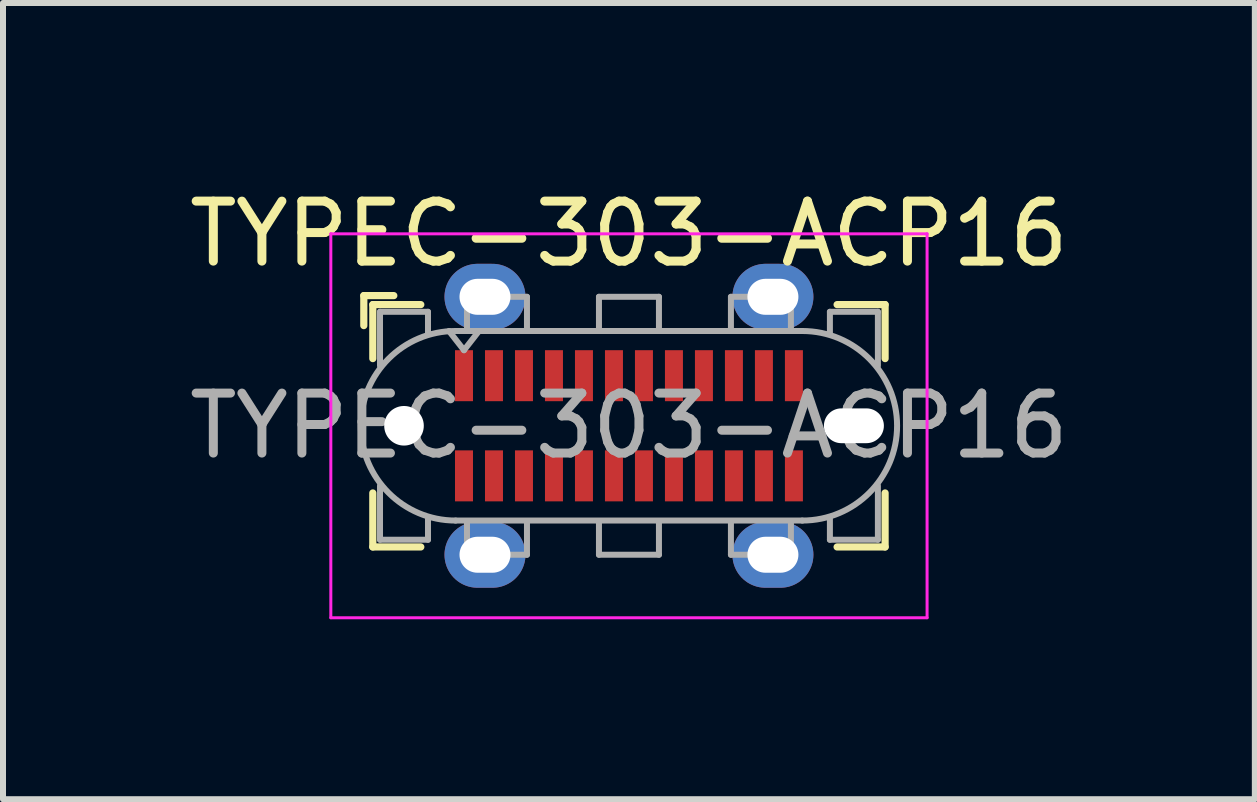
<source format=kicad_pcb>
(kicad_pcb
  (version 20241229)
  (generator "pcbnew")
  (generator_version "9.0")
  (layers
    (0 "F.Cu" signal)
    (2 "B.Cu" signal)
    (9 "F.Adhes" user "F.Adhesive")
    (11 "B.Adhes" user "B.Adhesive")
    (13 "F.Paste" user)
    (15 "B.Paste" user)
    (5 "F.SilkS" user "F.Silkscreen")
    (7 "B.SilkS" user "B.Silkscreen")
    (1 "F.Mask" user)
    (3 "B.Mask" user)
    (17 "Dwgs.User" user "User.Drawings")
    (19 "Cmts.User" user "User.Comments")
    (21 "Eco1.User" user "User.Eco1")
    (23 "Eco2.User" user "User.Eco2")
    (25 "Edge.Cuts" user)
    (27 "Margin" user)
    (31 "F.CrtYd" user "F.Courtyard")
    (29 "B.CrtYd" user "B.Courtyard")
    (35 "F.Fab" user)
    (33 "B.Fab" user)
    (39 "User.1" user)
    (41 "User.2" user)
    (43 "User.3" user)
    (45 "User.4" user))
  (footprint "TYPEC-303-ACP16"
    (layer "F.Cu")
    (at 7.435 4.048)
    (property "Reference" "TYPEC-303-ACP16" (at 0 -3.2 0) (layer "F.SilkS") (effects (font (size 1 1) (thickness 0.15))))
    (attr smd)
    (fp_line (start -4.42 -2.17) (end -4.42 -1.67) (stroke (width 0.12) (type solid)) (layer "F.SilkS"))
    (fp_line (start -4.42 -2.17) (end -3.92 -2.17) (stroke (width 0.12) (type solid)) (layer "F.SilkS"))
    (fp_line (start -4.27 -2.02) (end -4.27 -1.12) (stroke (width 0.12) (type solid)) (layer "F.SilkS"))
    (fp_line (start -4.27 -2.02) (end -3.47 -2.02) (stroke (width 0.12) (type solid)) (layer "F.SilkS"))
    (fp_line (start -4.27 2.02) (end -4.27 1.12) (stroke (width 0.12) (type solid)) (layer "F.SilkS"))
    (fp_line (start -4.27 2.02) (end -3.47 2.02) (stroke (width 0.12) (type solid)) (layer "F.SilkS"))
    (fp_line (start 4.27 -2.02) (end 3.47 -2.02) (stroke (width 0.12) (type solid)) (layer "F.SilkS"))
    (fp_line (start 4.27 -2.02) (end 4.27 -1.12) (stroke (width 0.12) (type solid)) (layer "F.SilkS"))
    (fp_line (start 4.27 2.02) (end 3.47 2.02) (stroke (width 0.12) (type solid)) (layer "F.SilkS"))
    (fp_line (start 4.27 2.02) (end 4.27 1.12) (stroke (width 0.12) (type solid)) (layer "F.SilkS"))
    (fp_line (start -4.97 -3.2) (end -4.97 3.2) (stroke (width 0.05) (type solid)) (layer "F.CrtYd"))
    (fp_line (start -4.97 3.2) (end 4.97 3.2) (stroke (width 0.05) (type solid)) (layer "F.CrtYd"))
    (fp_line (start 4.97 -3.2) (end -4.97 -3.2) (stroke (width 0.05) (type solid)) (layer "F.CrtYd"))
    (fp_line (start 4.97 3.2) (end 4.97 -3.2) (stroke (width 0.05) (type solid)) (layer "F.CrtYd"))
    (fp_line (start -4.15 -1.9) (end -4.15 -1) (stroke (width 0.1) (type solid)) (layer "F.Fab"))
    (fp_line (start -4.15 -1.9) (end -3.35 -1.9) (stroke (width 0.1) (type solid)) (layer "F.Fab"))
    (fp_line (start -4.15 1.9) (end -4.15 1) (stroke (width 0.1) (type solid)) (layer "F.Fab"))
    (fp_line (start -4.15 1.9) (end -3.35 1.9) (stroke (width 0.1) (type solid)) (layer "F.Fab"))
    (fp_line (start -3.35 -1.9) (end -3.35 -1.55) (stroke (width 0.1) (type solid)) (layer "F.Fab"))
    (fp_line (start -3.35 1.9) (end -3.35 1.55) (stroke (width 0.1) (type solid)) (layer "F.Fab"))
    (fp_line (start -2.89 1.58) (end 2.89 1.58) (stroke (width 0.1) (type solid)) (layer "F.Fab"))
    (fp_line (start -2.75 -1.26) (end -3 -1.58) (stroke (width 0.1) (type solid)) (layer "F.Fab"))
    (fp_line (start -2.7 -2.15) (end -1.7 -2.15) (stroke (width 0.1) (type solid)) (layer "F.Fab"))
    (fp_line (start -2.7 -1.6) (end -2.7 -2.15) (stroke (width 0.1) (type solid)) (layer "F.Fab"))
    (fp_line (start -2.7 1.6) (end -2.7 2.15) (stroke (width 0.1) (type solid)) (layer "F.Fab"))
    (fp_line (start -2.7 2.15) (end -1.7 2.15) (stroke (width 0.1) (type solid)) (layer "F.Fab"))
    (fp_line (start -2.5 -1.58) (end -2.75 -1.26) (stroke (width 0.1) (type solid)) (layer "F.Fab"))
    (fp_line (start -1.7 -2.15) (end -1.7 -1.6) (stroke (width 0.1) (type solid)) (layer "F.Fab"))
    (fp_line (start -1.7 2.15) (end -1.7 1.6) (stroke (width 0.1) (type solid)) (layer "F.Fab"))
    (fp_line (start -0.5 -2.15) (end 0.5 -2.15) (stroke (width 0.1) (type solid)) (layer "F.Fab"))
    (fp_line (start -0.5 -1.6) (end -0.5 -2.15) (stroke (width 0.1) (type solid)) (layer "F.Fab"))
    (fp_line (start -0.5 2.15) (end -0.5 1.6) (stroke (width 0.1) (type solid)) (layer "F.Fab"))
    (fp_line (start 0.5 -2.15) (end 0.5 -1.6) (stroke (width 0.1) (type solid)) (layer "F.Fab"))
    (fp_line (start 0.5 1.6) (end 0.5 2.15) (stroke (width 0.1) (type solid)) (layer "F.Fab"))
    (fp_line (start 0.5 2.15) (end -0.5 2.15) (stroke (width 0.1) (type solid)) (layer "F.Fab"))
    (fp_line (start 1.7 -2.15) (end 1.7 -1.6) (stroke (width 0.1) (type solid)) (layer "F.Fab"))
    (fp_line (start 1.7 2.15) (end 1.7 1.6) (stroke (width 0.1) (type solid)) (layer "F.Fab"))
    (fp_line (start 2.7 -2.15) (end 1.7 -2.15) (stroke (width 0.1) (type solid)) (layer "F.Fab"))
    (fp_line (start 2.7 -1.6) (end 2.7 -2.15) (stroke (width 0.1) (type solid)) (layer "F.Fab"))
    (fp_line (start 2.7 1.6) (end 2.7 2.15) (stroke (width 0.1) (type solid)) (layer "F.Fab"))
    (fp_line (start 2.7 2.15) (end 1.7 2.15) (stroke (width 0.1) (type solid)) (layer "F.Fab"))
    (fp_line (start 2.89 -1.58) (end -2.89 -1.58) (stroke (width 0.1) (type solid)) (layer "F.Fab"))
    (fp_line (start 3.35 -1.9) (end 3.35 -1.55) (stroke (width 0.1) (type solid)) (layer "F.Fab"))
    (fp_line (start 3.35 1.9) (end 3.35 1.55) (stroke (width 0.1) (type solid)) (layer "F.Fab"))
    (fp_line (start 4.15 -1.9) (end 3.35 -1.9) (stroke (width 0.1) (type solid)) (layer "F.Fab"))
    (fp_line (start 4.15 -1.9) (end 4.15 -1) (stroke (width 0.1) (type solid)) (layer "F.Fab"))
    (fp_line (start 4.15 1.9) (end 3.35 1.9) (stroke (width 0.1) (type solid)) (layer "F.Fab"))
    (fp_line (start 4.15 1.9) (end 4.15 1) (stroke (width 0.1) (type solid)) (layer "F.Fab"))
    (fp_arc (start -2.89 1.58) (mid -4.47 0) (end -2.89 -1.58) (stroke (width 0.1) (type solid)) (layer "F.Fab"))
    (fp_arc (start 2.89 -1.58) (mid 4.47 0) (end 2.89 1.58) (stroke (width 0.1) (type solid)) (layer "F.Fab"))
    (fp_text user "${REFERENCE}" (at 0 0 0) (unlocked yes) (layer "F.Fab") (effects (font (size 1 1) (thickness 0.15))))
    (pad "" np_thru_hole circle (at -3.75 0) (size 0.66 0.66) (drill 0.66) (layers "*.Cu" "*.Mask"))
    (pad "" np_thru_hole oval (at 3.75 0) (size 1 0.58) (drill oval 1 0.58) (layers "*.Cu" "*.Mask"))
    (pad "A1" smd rect (at -2.75 -0.835) (size 0.3 0.85) (layers "F.Cu" "F.Mask" "F.Paste"))
    (pad "A2" smd rect (at -2.25 -0.835) (size 0.3 0.85) (layers "F.Cu" "F.Mask" "F.Paste"))
    (pad "A3" smd rect (at -1.75 -0.835) (size 0.3 0.85) (layers "F.Cu" "F.Mask" "F.Paste"))
    (pad "A4" smd rect (at -1.25 -0.835) (size 0.3 0.85) (layers "F.Cu" "F.Mask" "F.Paste"))
    (pad "A5" smd rect (at -0.75 -0.835) (size 0.3 0.85) (layers "F.Cu" "F.Mask" "F.Paste"))
    (pad "A6" smd rect (at -0.25 -0.835) (size 0.3 0.85) (layers "F.Cu" "F.Mask" "F.Paste"))
    (pad "A7" smd rect (at 0.25 -0.835) (size 0.3 0.85) (layers "F.Cu" "F.Mask" "F.Paste"))
    (pad "A8" smd rect (at 0.75 -0.835) (size 0.3 0.85) (layers "F.Cu" "F.Mask" "F.Paste"))
    (pad "A9" smd rect (at 1.25 -0.835) (size 0.3 0.85) (layers "F.Cu" "F.Mask" "F.Paste"))
    (pad "A10" smd rect (at 1.75 -0.835) (size 0.3 0.85) (layers "F.Cu" "F.Mask" "F.Paste"))
    (pad "A11" smd rect (at 2.25 -0.835) (size 0.3 0.85) (layers "F.Cu" "F.Mask" "F.Paste"))
    (pad "A12" smd rect (at 2.75 -0.835) (size 0.3 0.85) (layers "F.Cu" "F.Mask" "F.Paste"))
    (pad "B1" smd rect (at 2.75 0.835) (size 0.3 0.85) (layers "F.Cu" "F.Mask" "F.Paste"))
    (pad "B2" smd rect (at 2.25 0.835) (size 0.3 0.85) (layers "F.Cu" "F.Mask" "F.Paste"))
    (pad "B3" smd rect (at 1.75 0.835) (size 0.3 0.85) (layers "F.Cu" "F.Mask" "F.Paste"))
    (pad "B4" smd rect (at 1.25 0.835) (size 0.3 0.85) (layers "F.Cu" "F.Mask" "F.Paste"))
    (pad "B5" smd rect (at 0.75 0.835) (size 0.3 0.85) (layers "F.Cu" "F.Mask" "F.Paste"))
    (pad "B6" smd rect (at 0.25 0.835) (size 0.3 0.85) (layers "F.Cu" "F.Mask" "F.Paste"))
    (pad "B7" smd rect (at -0.25 0.835) (size 0.3 0.85) (layers "F.Cu" "F.Mask" "F.Paste"))
    (pad "B8" smd rect (at -0.75 0.835) (size 0.3 0.85) (layers "F.Cu" "F.Mask" "F.Paste"))
    (pad "B9" smd rect (at -1.25 0.835) (size 0.3 0.85) (layers "F.Cu" "F.Mask" "F.Paste"))
    (pad "B10" smd rect (at -1.75 0.835) (size 0.3 0.85) (layers "F.Cu" "F.Mask" "F.Paste"))
    (pad "B11" smd rect (at -2.25 0.835) (size 0.3 0.85) (layers "F.Cu" "F.Mask" "F.Paste"))
    (pad "B12" smd rect (at -2.75 0.835) (size 0.3 0.85) (layers "F.Cu" "F.Mask" "F.Paste"))
    (pad "S1" thru_hole oval (at -2.4 -2.15) (size 1.35 1.1) (drill oval 0.85 0.6) (layers "*.Cu" "*.Mask" "F.Paste"))
    (pad "S1" thru_hole oval (at -2.4 2.15) (size 1.35 1.1) (drill oval 0.85 0.6) (layers "*.Cu" "*.Mask" "F.Paste"))
    (pad "S1" thru_hole oval (at 2.4 -2.15) (size 1.35 1.1) (drill oval 0.85 0.6) (layers "*.Cu" "*.Mask" "F.Paste"))
    (pad "S1" thru_hole oval (at 2.4 2.15) (size 1.35 1.1) (drill oval 0.85 0.6) (layers "*.Cu" "*.Mask" "F.Paste"))
    (zone (net_name "") (layer "F.Cu") (name "peg") (hatch full 0.508) (connect_pads) (min_thickness 0.254) (filled_areas_thickness no) (keepout (tracks allowed) (vias allowed) (pads not_allowed) (copperpour not_allowed) (footprints not_allowed)) (placement (enabled no)) (fill) (polygon (pts (xy 8.235 2.248) (xy 6.635 2.248) (xy 6.635 1.548) (xy 8.235 1.548))))
    (zone (net_name "") (layer "F.Cu") (name "peg") (hatch full 0.508) (connect_pads) (min_thickness 0.254) (filled_areas_thickness no) (keepout (tracks allowed) (vias allowed) (pads not_allowed) (copperpour not_allowed) (footprints not_allowed)) (placement (enabled no)) (fill) (polygon (pts (xy 8.235 6.548) (xy 6.635 6.548) (xy 6.635 5.848) (xy 8.235 5.848)))))
  (gr_rect
    (start -3 -3)
    (end 17.869 10.273)
    (stroke (width 0.1) (type default))
    (fill no)
    (layer "Edge.Cuts")))
</source>
